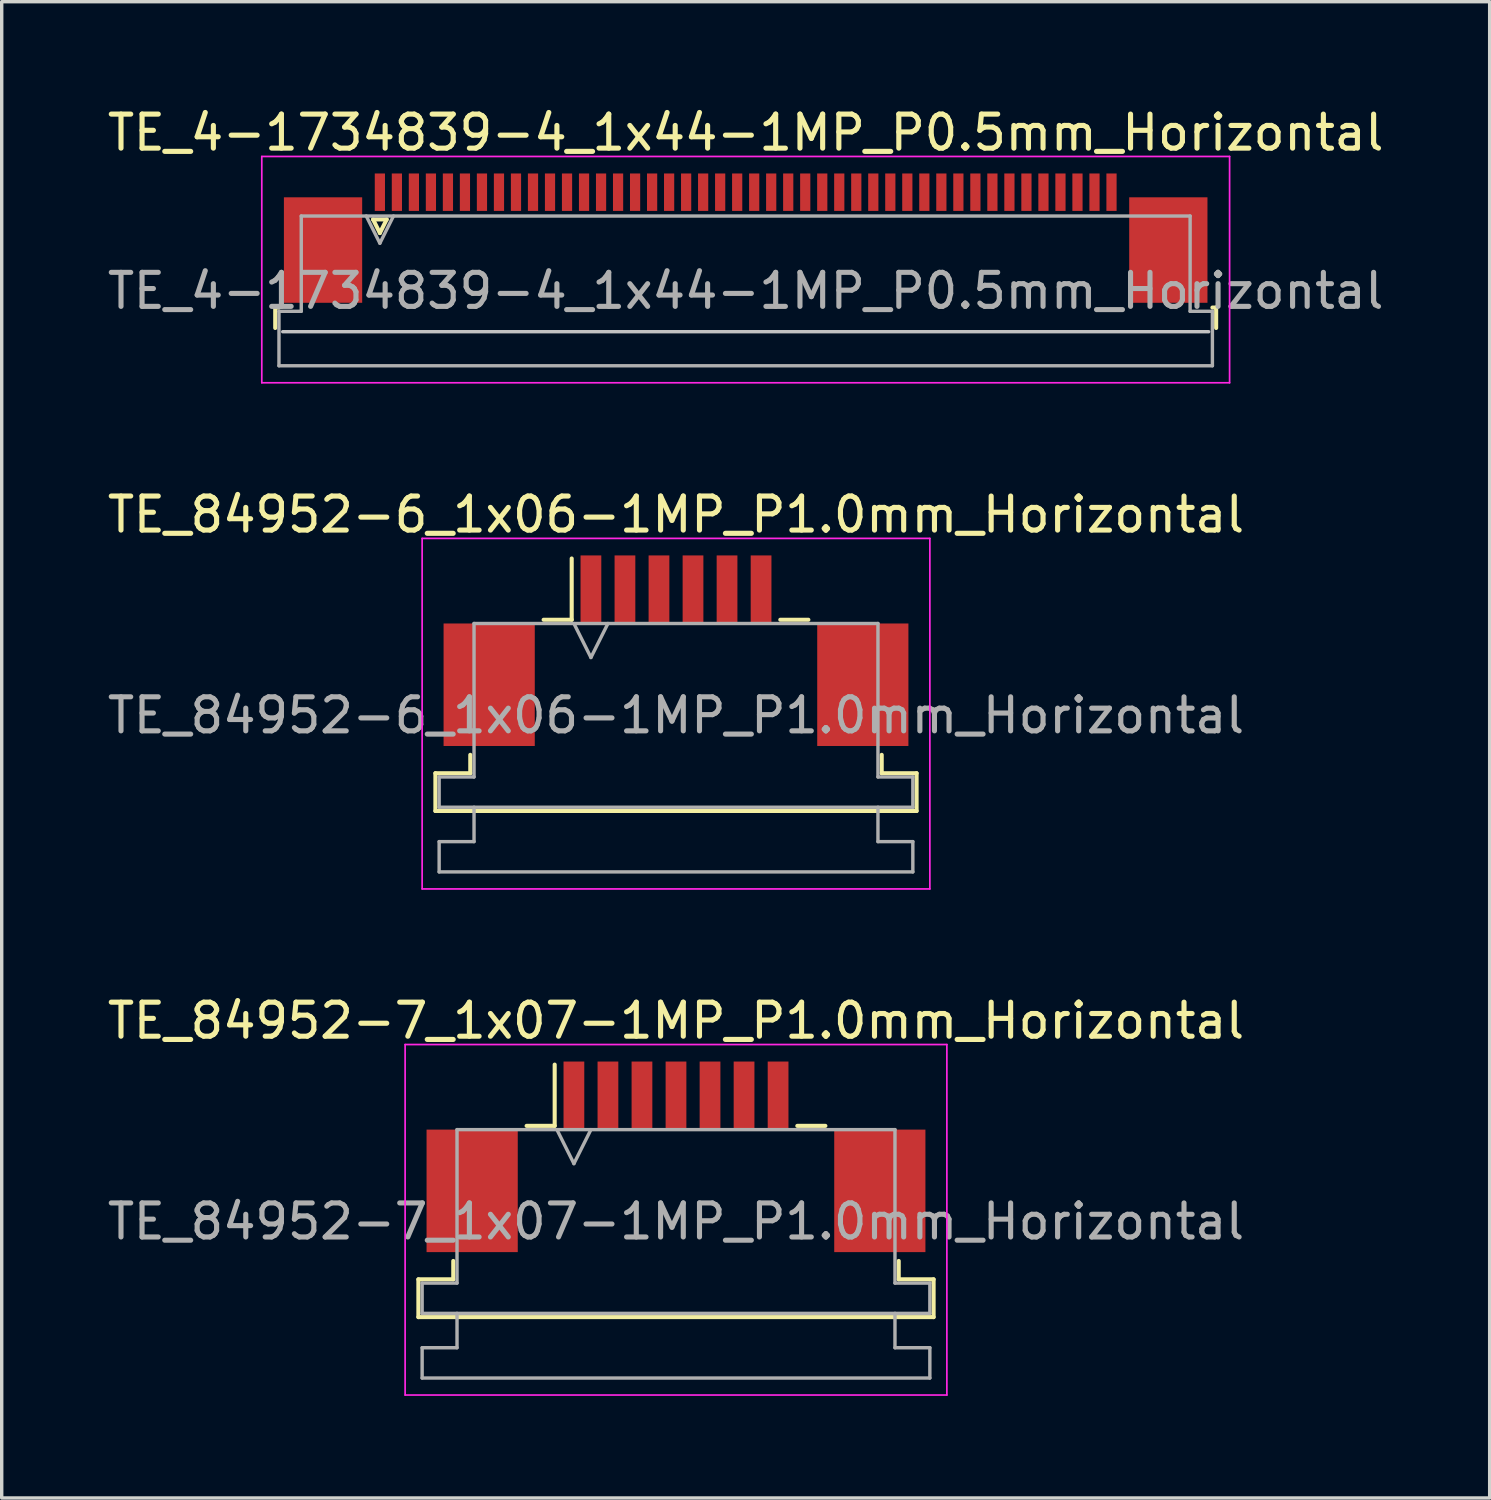
<source format=kicad_pcb>
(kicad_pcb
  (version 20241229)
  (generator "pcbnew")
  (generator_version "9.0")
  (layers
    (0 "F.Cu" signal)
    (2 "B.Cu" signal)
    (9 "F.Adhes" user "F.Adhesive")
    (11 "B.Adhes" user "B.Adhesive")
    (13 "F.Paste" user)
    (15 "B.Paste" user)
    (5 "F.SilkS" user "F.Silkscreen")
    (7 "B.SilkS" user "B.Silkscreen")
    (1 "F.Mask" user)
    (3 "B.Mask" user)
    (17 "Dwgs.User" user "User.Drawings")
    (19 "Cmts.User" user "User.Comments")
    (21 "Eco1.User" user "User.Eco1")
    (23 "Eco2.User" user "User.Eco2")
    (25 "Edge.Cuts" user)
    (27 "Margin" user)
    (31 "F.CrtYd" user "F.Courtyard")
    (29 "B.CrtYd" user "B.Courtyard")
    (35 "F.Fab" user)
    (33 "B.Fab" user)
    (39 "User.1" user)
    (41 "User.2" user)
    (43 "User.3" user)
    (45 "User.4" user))
  (footprint "TE_4-1734839-4_1x44-1MP_P0.5mm_Horizontal"
    (layer "F.Cu")
    (at 18.863 3.948)
    (property "Reference" "TE_4-1734839-4_1x44-1MP_P0.5mm_Horizontal" (at 0 -3.1 0) (layer "F.SilkS") (effects (font (size 1 1) (thickness 0.15))))
    (attr smd)
    (fp_line (start -13.825 2.04) (end -13.825 2.64) (stroke (width 0.12) (type solid)) (layer "F.SilkS"))
    (fp_line (start -13.715 2.04) (end -13.825 2.04) (stroke (width 0.12) (type solid)) (layer "F.SilkS"))
    (fp_line (start -10.95 -0.55) (end -10.75 -0.15) (stroke (width 0.12) (type solid)) (layer "F.SilkS"))
    (fp_line (start -10.75 -0.15) (end -10.55 -0.55) (stroke (width 0.12) (type solid)) (layer "F.SilkS"))
    (fp_line (start -10.55 -0.55) (end -10.95 -0.55) (stroke (width 0.12) (type solid)) (layer "F.SilkS"))
    (fp_line (start 13.715 2.04) (end 13.825 2.04) (stroke (width 0.12) (type solid)) (layer "F.SilkS"))
    (fp_line (start 13.825 2.04) (end 13.825 2.64) (stroke (width 0.12) (type solid)) (layer "F.SilkS"))
    (fp_line (start 13.605 2.75) (end -13.605 2.75) (stroke (width 0.1) (type solid)) (layer "Dwgs.User"))
    (fp_line (start -14.22 -2.4) (end -14.22 4.25) (stroke (width 0.05) (type solid)) (layer "F.CrtYd"))
    (fp_line (start -14.22 4.25) (end 14.22 4.25) (stroke (width 0.05) (type solid)) (layer "F.CrtYd"))
    (fp_line (start 14.22 -2.4) (end -14.22 -2.4) (stroke (width 0.05) (type solid)) (layer "F.CrtYd"))
    (fp_line (start 14.22 4.25) (end 14.22 -2.4) (stroke (width 0.05) (type solid)) (layer "F.CrtYd"))
    (fp_line (start -13.715 2.15) (end -13.06 2.15) (stroke (width 0.1) (type solid)) (layer "F.Fab"))
    (fp_line (start -13.715 3.75) (end -13.715 2.15) (stroke (width 0.1) (type solid)) (layer "F.Fab"))
    (fp_line (start -13.06 -0.65) (end 13.06 -0.65) (stroke (width 0.1) (type solid)) (layer "F.Fab"))
    (fp_line (start -13.06 2.15) (end -13.06 -0.65) (stroke (width 0.1) (type solid)) (layer "F.Fab"))
    (fp_line (start -11.15 -0.65) (end -10.75 0.15) (stroke (width 0.1) (type solid)) (layer "F.Fab"))
    (fp_line (start -10.75 0.15) (end -10.35 -0.65) (stroke (width 0.1) (type solid)) (layer "F.Fab"))
    (fp_line (start 13.06 -0.65) (end 13.06 2.15) (stroke (width 0.1) (type solid)) (layer "F.Fab"))
    (fp_line (start 13.06 2.15) (end 13.715 2.15) (stroke (width 0.1) (type solid)) (layer "F.Fab"))
    (fp_line (start 13.715 2.15) (end 13.715 3.75) (stroke (width 0.1) (type solid)) (layer "F.Fab"))
    (fp_line (start 13.715 3.75) (end -13.715 3.75) (stroke (width 0.1) (type solid)) (layer "F.Fab"))
    (fp_text user "${REFERENCE}" (at 0 1.55 0) (layer "F.Fab") (effects (font (size 1 1) (thickness 0.15))))
    (pad "1" smd rect (at -10.75 -1.35) (size 0.3 1.1) (layers "F.Cu" "F.Mask" "F.Paste"))
    (pad "2" smd rect (at -10.25 -1.35) (size 0.3 1.1) (layers "F.Cu" "F.Mask" "F.Paste"))
    (pad "3" smd rect (at -9.75 -1.35) (size 0.3 1.1) (layers "F.Cu" "F.Mask" "F.Paste"))
    (pad "4" smd rect (at -9.25 -1.35) (size 0.3 1.1) (layers "F.Cu" "F.Mask" "F.Paste"))
    (pad "5" smd rect (at -8.75 -1.35) (size 0.3 1.1) (layers "F.Cu" "F.Mask" "F.Paste"))
    (pad "6" smd rect (at -8.25 -1.35) (size 0.3 1.1) (layers "F.Cu" "F.Mask" "F.Paste"))
    (pad "7" smd rect (at -7.75 -1.35) (size 0.3 1.1) (layers "F.Cu" "F.Mask" "F.Paste"))
    (pad "8" smd rect (at -7.25 -1.35) (size 0.3 1.1) (layers "F.Cu" "F.Mask" "F.Paste"))
    (pad "9" smd rect (at -6.75 -1.35) (size 0.3 1.1) (layers "F.Cu" "F.Mask" "F.Paste"))
    (pad "10" smd rect (at -6.25 -1.35) (size 0.3 1.1) (layers "F.Cu" "F.Mask" "F.Paste"))
    (pad "11" smd rect (at -5.75 -1.35) (size 0.3 1.1) (layers "F.Cu" "F.Mask" "F.Paste"))
    (pad "12" smd rect (at -5.25 -1.35) (size 0.3 1.1) (layers "F.Cu" "F.Mask" "F.Paste"))
    (pad "13" smd rect (at -4.75 -1.35) (size 0.3 1.1) (layers "F.Cu" "F.Mask" "F.Paste"))
    (pad "14" smd rect (at -4.25 -1.35) (size 0.3 1.1) (layers "F.Cu" "F.Mask" "F.Paste"))
    (pad "15" smd rect (at -3.75 -1.35) (size 0.3 1.1) (layers "F.Cu" "F.Mask" "F.Paste"))
    (pad "16" smd rect (at -3.25 -1.35) (size 0.3 1.1) (layers "F.Cu" "F.Mask" "F.Paste"))
    (pad "17" smd rect (at -2.75 -1.35) (size 0.3 1.1) (layers "F.Cu" "F.Mask" "F.Paste"))
    (pad "18" smd rect (at -2.25 -1.35) (size 0.3 1.1) (layers "F.Cu" "F.Mask" "F.Paste"))
    (pad "19" smd rect (at -1.75 -1.35) (size 0.3 1.1) (layers "F.Cu" "F.Mask" "F.Paste"))
    (pad "20" smd rect (at -1.25 -1.35) (size 0.3 1.1) (layers "F.Cu" "F.Mask" "F.Paste"))
    (pad "21" smd rect (at -0.75 -1.35) (size 0.3 1.1) (layers "F.Cu" "F.Mask" "F.Paste"))
    (pad "22" smd rect (at -0.25 -1.35) (size 0.3 1.1) (layers "F.Cu" "F.Mask" "F.Paste"))
    (pad "23" smd rect (at 0.25 -1.35) (size 0.3 1.1) (layers "F.Cu" "F.Mask" "F.Paste"))
    (pad "24" smd rect (at 0.75 -1.35) (size 0.3 1.1) (layers "F.Cu" "F.Mask" "F.Paste"))
    (pad "25" smd rect (at 1.25 -1.35) (size 0.3 1.1) (layers "F.Cu" "F.Mask" "F.Paste"))
    (pad "26" smd rect (at 1.75 -1.35) (size 0.3 1.1) (layers "F.Cu" "F.Mask" "F.Paste"))
    (pad "27" smd rect (at 2.25 -1.35) (size 0.3 1.1) (layers "F.Cu" "F.Mask" "F.Paste"))
    (pad "28" smd rect (at 2.75 -1.35) (size 0.3 1.1) (layers "F.Cu" "F.Mask" "F.Paste"))
    (pad "29" smd rect (at 3.25 -1.35) (size 0.3 1.1) (layers "F.Cu" "F.Mask" "F.Paste"))
    (pad "30" smd rect (at 3.75 -1.35) (size 0.3 1.1) (layers "F.Cu" "F.Mask" "F.Paste"))
    (pad "31" smd rect (at 4.25 -1.35) (size 0.3 1.1) (layers "F.Cu" "F.Mask" "F.Paste"))
    (pad "32" smd rect (at 4.75 -1.35) (size 0.3 1.1) (layers "F.Cu" "F.Mask" "F.Paste"))
    (pad "33" smd rect (at 5.25 -1.35) (size 0.3 1.1) (layers "F.Cu" "F.Mask" "F.Paste"))
    (pad "34" smd rect (at 5.75 -1.35) (size 0.3 1.1) (layers "F.Cu" "F.Mask" "F.Paste"))
    (pad "35" smd rect (at 6.25 -1.35) (size 0.3 1.1) (layers "F.Cu" "F.Mask" "F.Paste"))
    (pad "36" smd rect (at 6.75 -1.35) (size 0.3 1.1) (layers "F.Cu" "F.Mask" "F.Paste"))
    (pad "37" smd rect (at 7.25 -1.35) (size 0.3 1.1) (layers "F.Cu" "F.Mask" "F.Paste"))
    (pad "38" smd rect (at 7.75 -1.35) (size 0.3 1.1) (layers "F.Cu" "F.Mask" "F.Paste"))
    (pad "39" smd rect (at 8.25 -1.35) (size 0.3 1.1) (layers "F.Cu" "F.Mask" "F.Paste"))
    (pad "40" smd rect (at 8.75 -1.35) (size 0.3 1.1) (layers "F.Cu" "F.Mask" "F.Paste"))
    (pad "41" smd rect (at 9.25 -1.35) (size 0.3 1.1) (layers "F.Cu" "F.Mask" "F.Paste"))
    (pad "42" smd rect (at 9.75 -1.35) (size 0.3 1.1) (layers "F.Cu" "F.Mask" "F.Paste"))
    (pad "43" smd rect (at 10.25 -1.35) (size 0.3 1.1) (layers "F.Cu" "F.Mask" "F.Paste"))
    (pad "44" smd rect (at 10.75 -1.35) (size 0.3 1.1) (layers "F.Cu" "F.Mask" "F.Paste"))
    (pad "MP" smd rect (at -12.42 0.35) (size 2.3 3.1) (layers "F.Cu" "F.Mask" "F.Paste"))
    (pad "MP" smd rect (at 12.42 0.35) (size 2.3 3.1) (layers "F.Cu" "F.Mask" "F.Paste")))
  (footprint "TE_84952-7_1x07-1MP_P1.0mm_Horizontal"
    (layer "F.Cu")
    (at 16.815 30.945)
    (property "Reference" "TE_84952-7_1x07-1MP_P1.0mm_Horizontal" (at 0 -4 0) (layer "F.SilkS") (effects (font (size 1 1) (thickness 0.15))))
    (attr smd)
    (fp_line (start -7.57 3.6) (end -6.545 3.6) (stroke (width 0.12) (type solid)) (layer "F.SilkS"))
    (fp_line (start -7.57 4.71) (end -7.57 3.6) (stroke (width 0.12) (type solid)) (layer "F.SilkS"))
    (fp_line (start -6.545 3.6) (end -6.545 3.06) (stroke (width 0.12) (type solid)) (layer "F.SilkS"))
    (fp_line (start -4.39 -0.91) (end -3.565 -0.91) (stroke (width 0.12) (type solid)) (layer "F.SilkS"))
    (fp_line (start -3.565 -0.91) (end -3.565 -2.71) (stroke (width 0.12) (type solid)) (layer "F.SilkS"))
    (fp_line (start 3.565 -0.91) (end 4.39 -0.91) (stroke (width 0.12) (type solid)) (layer "F.SilkS"))
    (fp_line (start 6.545 3.06) (end 6.545 3.6) (stroke (width 0.12) (type solid)) (layer "F.SilkS"))
    (fp_line (start 6.545 3.6) (end 7.57 3.6) (stroke (width 0.12) (type solid)) (layer "F.SilkS"))
    (fp_line (start 7.57 3.6) (end 7.57 4.71) (stroke (width 0.12) (type solid)) (layer "F.SilkS"))
    (fp_line (start 7.57 4.71) (end -7.57 4.71) (stroke (width 0.12) (type solid)) (layer "F.SilkS"))
    (fp_line (start -7.96 -3.3) (end -7.96 7) (stroke (width 0.05) (type solid)) (layer "F.CrtYd"))
    (fp_line (start -7.96 7) (end 7.96 7) (stroke (width 0.05) (type solid)) (layer "F.CrtYd"))
    (fp_line (start 7.96 -3.3) (end -7.96 -3.3) (stroke (width 0.05) (type solid)) (layer "F.CrtYd"))
    (fp_line (start 7.96 7) (end 7.96 -3.3) (stroke (width 0.05) (type solid)) (layer "F.CrtYd"))
    (fp_line (start -7.46 3.71) (end -6.435 3.71) (stroke (width 0.1) (type solid)) (layer "F.Fab"))
    (fp_line (start -7.46 4.6) (end -7.46 3.71) (stroke (width 0.1) (type solid)) (layer "F.Fab"))
    (fp_line (start -7.46 5.61) (end -6.435 5.61) (stroke (width 0.1) (type solid)) (layer "F.Fab"))
    (fp_line (start -7.46 6.5) (end -7.46 5.61) (stroke (width 0.1) (type solid)) (layer "F.Fab"))
    (fp_line (start -6.435 -0.8) (end 6.435 -0.8) (stroke (width 0.1) (type solid)) (layer "F.Fab"))
    (fp_line (start -6.435 3.71) (end -6.435 -0.8) (stroke (width 0.1) (type solid)) (layer "F.Fab"))
    (fp_line (start -6.435 5.61) (end -6.435 4.6) (stroke (width 0.1) (type solid)) (layer "F.Fab"))
    (fp_line (start -3.5 -0.8) (end -3 0.2) (stroke (width 0.1) (type solid)) (layer "F.Fab"))
    (fp_line (start -3 0.2) (end -2.5 -0.8) (stroke (width 0.1) (type solid)) (layer "F.Fab"))
    (fp_line (start 6.435 -0.8) (end 6.435 3.71) (stroke (width 0.1) (type solid)) (layer "F.Fab"))
    (fp_line (start 6.435 3.71) (end 7.46 3.71) (stroke (width 0.1) (type solid)) (layer "F.Fab"))
    (fp_line (start 6.435 4.6) (end 6.435 5.61) (stroke (width 0.1) (type solid)) (layer "F.Fab"))
    (fp_line (start 6.435 5.61) (end 7.46 5.61) (stroke (width 0.1) (type solid)) (layer "F.Fab"))
    (fp_line (start 7.46 3.71) (end 7.46 4.6) (stroke (width 0.1) (type solid)) (layer "F.Fab"))
    (fp_line (start 7.46 4.6) (end -7.46 4.6) (stroke (width 0.1) (type solid)) (layer "F.Fab"))
    (fp_line (start 7.46 5.61) (end 7.46 6.5) (stroke (width 0.1) (type solid)) (layer "F.Fab"))
    (fp_line (start 7.46 6.5) (end -7.46 6.5) (stroke (width 0.1) (type solid)) (layer "F.Fab"))
    (fp_text user "${REFERENCE}" (at 0 1.9 0) (layer "F.Fab") (effects (font (size 1 1) (thickness 0.15))))
    (pad "1" smd rect (at -3 -1.8) (size 0.61 2) (layers "F.Cu" "F.Mask" "F.Paste"))
    (pad "2" smd rect (at -2 -1.8) (size 0.61 2) (layers "F.Cu" "F.Mask" "F.Paste"))
    (pad "3" smd rect (at -1 -1.8) (size 0.61 2) (layers "F.Cu" "F.Mask" "F.Paste"))
    (pad "4" smd rect (at 0 -1.8) (size 0.61 2) (layers "F.Cu" "F.Mask" "F.Paste"))
    (pad "5" smd rect (at 1 -1.8) (size 0.61 2) (layers "F.Cu" "F.Mask" "F.Paste"))
    (pad "6" smd rect (at 2 -1.8) (size 0.61 2) (layers "F.Cu" "F.Mask" "F.Paste"))
    (pad "7" smd rect (at 3 -1.8) (size 0.61 2) (layers "F.Cu" "F.Mask" "F.Paste"))
    (pad "MP" smd rect (at -5.99 1) (size 2.68 3.6) (layers "F.Cu" "F.Mask" "F.Paste"))
    (pad "MP" smd rect (at 5.99 1) (size 2.68 3.6) (layers "F.Cu" "F.Mask" "F.Paste")))
  (footprint "TE_84952-6_1x06-1MP_P1.0mm_Horizontal"
    (layer "F.Cu")
    (at 16.815 16.072)
    (property "Reference" "TE_84952-6_1x06-1MP_P1.0mm_Horizontal" (at 0 -4 0) (layer "F.SilkS") (effects (font (size 1 1) (thickness 0.15))))
    (attr smd)
    (fp_line (start -7.07 3.6) (end -6.045 3.6) (stroke (width 0.12) (type solid)) (layer "F.SilkS"))
    (fp_line (start -7.07 4.71) (end -7.07 3.6) (stroke (width 0.12) (type solid)) (layer "F.SilkS"))
    (fp_line (start -6.045 3.6) (end -6.045 3.06) (stroke (width 0.12) (type solid)) (layer "F.SilkS"))
    (fp_line (start -3.89 -0.91) (end -3.065 -0.91) (stroke (width 0.12) (type solid)) (layer "F.SilkS"))
    (fp_line (start -3.065 -0.91) (end -3.065 -2.71) (stroke (width 0.12) (type solid)) (layer "F.SilkS"))
    (fp_line (start 3.065 -0.91) (end 3.89 -0.91) (stroke (width 0.12) (type solid)) (layer "F.SilkS"))
    (fp_line (start 6.045 3.06) (end 6.045 3.6) (stroke (width 0.12) (type solid)) (layer "F.SilkS"))
    (fp_line (start 6.045 3.6) (end 7.07 3.6) (stroke (width 0.12) (type solid)) (layer "F.SilkS"))
    (fp_line (start 7.07 3.6) (end 7.07 4.71) (stroke (width 0.12) (type solid)) (layer "F.SilkS"))
    (fp_line (start 7.07 4.71) (end -7.07 4.71) (stroke (width 0.12) (type solid)) (layer "F.SilkS"))
    (fp_line (start -7.46 -3.3) (end -7.46 7) (stroke (width 0.05) (type solid)) (layer "F.CrtYd"))
    (fp_line (start -7.46 7) (end 7.46 7) (stroke (width 0.05) (type solid)) (layer "F.CrtYd"))
    (fp_line (start 7.46 -3.3) (end -7.46 -3.3) (stroke (width 0.05) (type solid)) (layer "F.CrtYd"))
    (fp_line (start 7.46 7) (end 7.46 -3.3) (stroke (width 0.05) (type solid)) (layer "F.CrtYd"))
    (fp_line (start -6.96 3.71) (end -5.935 3.71) (stroke (width 0.1) (type solid)) (layer "F.Fab"))
    (fp_line (start -6.96 4.6) (end -6.96 3.71) (stroke (width 0.1) (type solid)) (layer "F.Fab"))
    (fp_line (start -6.96 5.61) (end -5.935 5.61) (stroke (width 0.1) (type solid)) (layer "F.Fab"))
    (fp_line (start -6.96 6.5) (end -6.96 5.61) (stroke (width 0.1) (type solid)) (layer "F.Fab"))
    (fp_line (start -5.935 -0.8) (end 5.935 -0.8) (stroke (width 0.1) (type solid)) (layer "F.Fab"))
    (fp_line (start -5.935 3.71) (end -5.935 -0.8) (stroke (width 0.1) (type solid)) (layer "F.Fab"))
    (fp_line (start -5.935 5.61) (end -5.935 4.6) (stroke (width 0.1) (type solid)) (layer "F.Fab"))
    (fp_line (start -3 -0.8) (end -2.5 0.2) (stroke (width 0.1) (type solid)) (layer "F.Fab"))
    (fp_line (start -2.5 0.2) (end -2 -0.8) (stroke (width 0.1) (type solid)) (layer "F.Fab"))
    (fp_line (start 5.935 -0.8) (end 5.935 3.71) (stroke (width 0.1) (type solid)) (layer "F.Fab"))
    (fp_line (start 5.935 3.71) (end 6.96 3.71) (stroke (width 0.1) (type solid)) (layer "F.Fab"))
    (fp_line (start 5.935 4.6) (end 5.935 5.61) (stroke (width 0.1) (type solid)) (layer "F.Fab"))
    (fp_line (start 5.935 5.61) (end 6.96 5.61) (stroke (width 0.1) (type solid)) (layer "F.Fab"))
    (fp_line (start 6.96 3.71) (end 6.96 4.6) (stroke (width 0.1) (type solid)) (layer "F.Fab"))
    (fp_line (start 6.96 4.6) (end -6.96 4.6) (stroke (width 0.1) (type solid)) (layer "F.Fab"))
    (fp_line (start 6.96 5.61) (end 6.96 6.5) (stroke (width 0.1) (type solid)) (layer "F.Fab"))
    (fp_line (start 6.96 6.5) (end -6.96 6.5) (stroke (width 0.1) (type solid)) (layer "F.Fab"))
    (fp_text user "${REFERENCE}" (at 0 1.9 0) (layer "F.Fab") (effects (font (size 1 1) (thickness 0.15))))
    (pad "1" smd rect (at -2.5 -1.8) (size 0.61 2) (layers "F.Cu" "F.Mask" "F.Paste"))
    (pad "2" smd rect (at -1.5 -1.8) (size 0.61 2) (layers "F.Cu" "F.Mask" "F.Paste"))
    (pad "3" smd rect (at -0.5 -1.8) (size 0.61 2) (layers "F.Cu" "F.Mask" "F.Paste"))
    (pad "4" smd rect (at 0.5 -1.8) (size 0.61 2) (layers "F.Cu" "F.Mask" "F.Paste"))
    (pad "5" smd rect (at 1.5 -1.8) (size 0.61 2) (layers "F.Cu" "F.Mask" "F.Paste"))
    (pad "6" smd rect (at 2.5 -1.8) (size 0.61 2) (layers "F.Cu" "F.Mask" "F.Paste"))
    (pad "MP" smd rect (at -5.49 1) (size 2.68 3.6) (layers "F.Cu" "F.Mask" "F.Paste"))
    (pad "MP" smd rect (at 5.49 1) (size 2.68 3.6) (layers "F.Cu" "F.Mask" "F.Paste")))
  (gr_rect
    (start -3 -3)
    (end 40.726 40.97)
    (stroke (width 0.1) (type default))
    (fill no)
    (layer "Edge.Cuts")))
</source>
